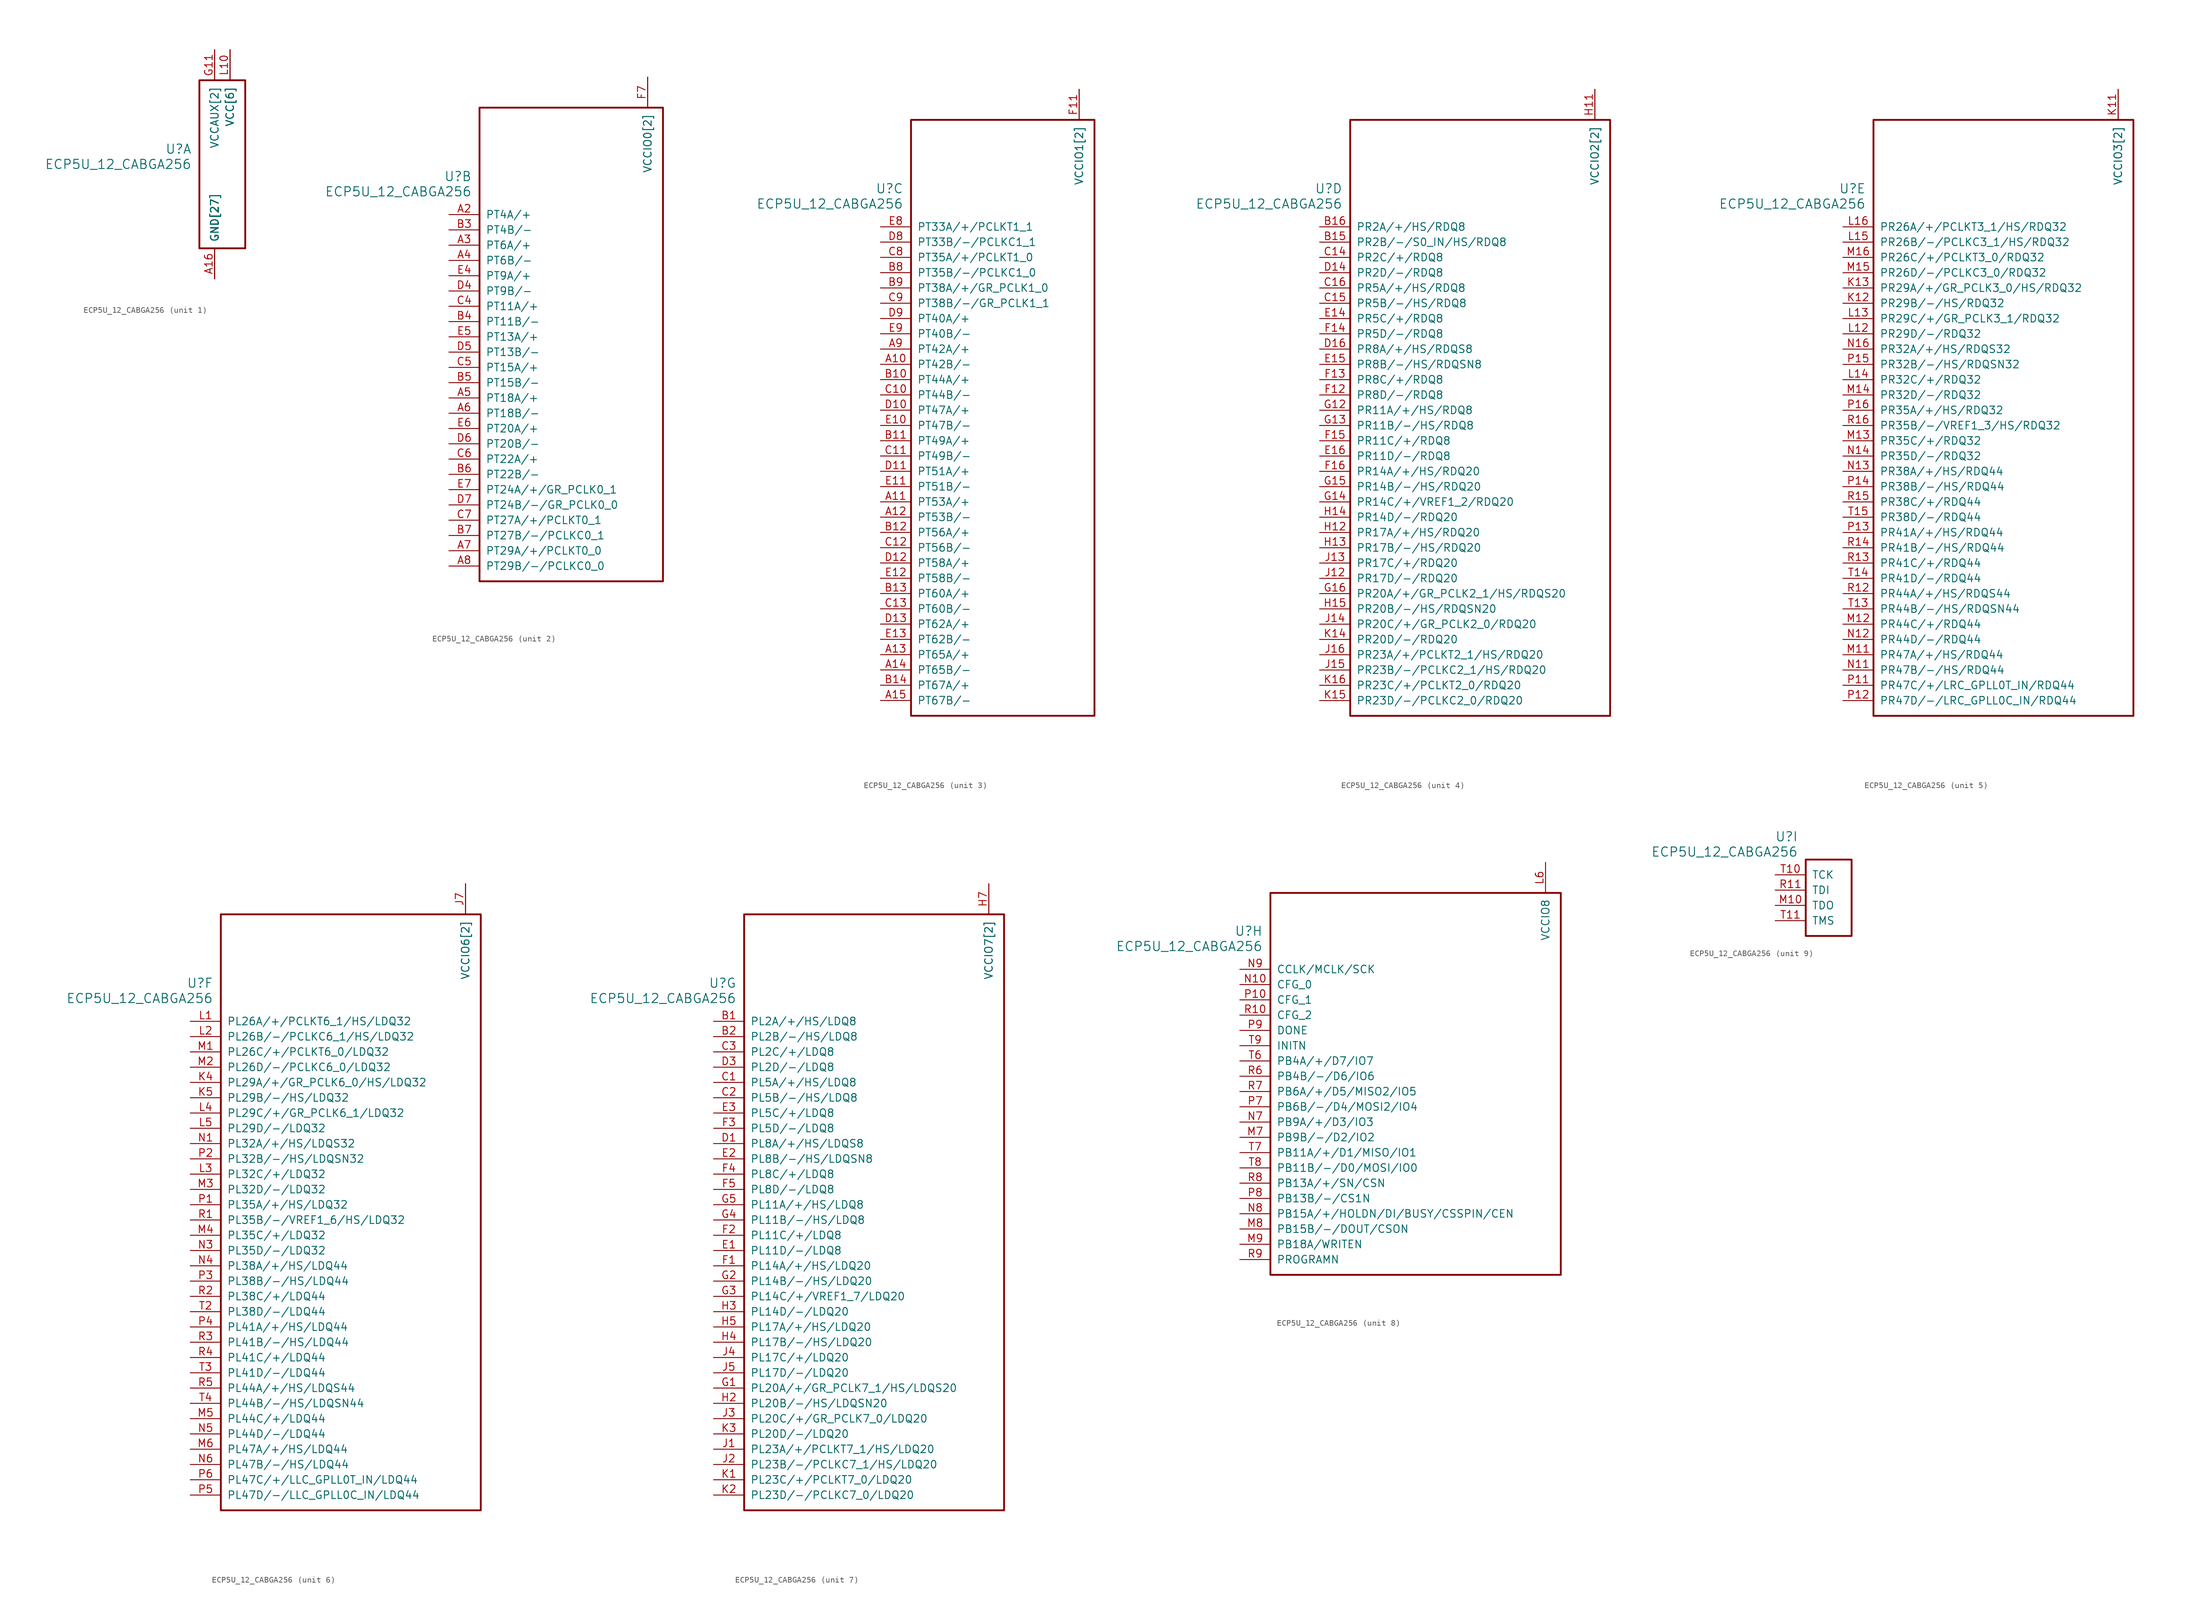
<source format=kicad_sym>
(kicad_symbol_lib
  (version 20211014)
  (generator kicad_symbol_editor)
  (symbol "ECP5U_12_CABGA256"
    (pin_names
      (offset 1.016))
    (property "Reference" "U"
      (at 3.81 6.35 0)
      (effects (font (size 1.524 1.524)) (justify right)))
    (property "Value" "ECP5U_12_CABGA256"
      (at 3.81 3.81 0)
      (effects (font (size 1.524 1.524)) (justify right)))
    (property "ki_locked" ""
      (at 0 0 0)
      (effects (font (size 1.27 1.27))))
    (symbol "ECP5U_12_CABGA256_1_1"
      (rectangle (start 5.08 17.78) (end 12.7 -10.16) (stroke (width 0.305) (type default) (color 0 0 0 0)) (fill (type none)))
      (pin power_in line (at 7.62 -15.24 90) (length 5.08) (name "GND[27]" (effects (font (size 1.27 1.27)))) (number "A1" (effects (font (size 0 0)))))
      (pin power_in line (at 7.62 -15.24 90) (length 5.08) (name "GND[27]" (effects (font (size 1.27 1.27)))) (number "A16" (effects (font (size 1.27 1.27)))))
      (pin power_in line (at 7.62 -15.24 90) (length 5.08) (name "GND[27]" (effects (font (size 1.27 1.27)))) (number "D15" (effects (font (size 0 0)))))
      (pin power_in line (at 7.62 -15.24 90) (length 5.08) (name "GND[27]" (effects (font (size 1.27 1.27)))) (number "D2" (effects (font (size 0 0)))))
      (pin power_in line (at 7.62 -15.24 90) (length 5.08) (name "GND[27]" (effects (font (size 1.27 1.27)))) (number "F8" (effects (font (size 0 0)))))
      (pin power_in line (at 7.62 -15.24 90) (length 5.08) (name "GND[27]" (effects (font (size 1.27 1.27)))) (number "F9" (effects (font (size 0 0)))))
      (pin power_in line (at 7.62 -15.24 90) (length 5.08) (name "GND[27]" (effects (font (size 1.27 1.27)))) (number "G10" (effects (font (size 0 0)))))
      (pin power_in line (at 7.62 22.86 270) (length 5.08) (name "VCCAUX[2]" (effects (font (size 1.27 1.27)))) (number "G11" (effects (font (size 1.27 1.27)))))
      (pin power_in line (at 10.16 22.86 270) (length 5.08) (name "VCC[6]" (effects (font (size 1.27 1.27)))) (number "G6" (effects (font (size 0 0)))))
      (pin power_in line (at 10.16 22.86 270) (length 5.08) (name "VCC[6]" (effects (font (size 1.27 1.27)))) (number "G7" (effects (font (size 0 0)))))
      (pin power_in line (at 7.62 -15.24 90) (length 5.08) (name "GND[27]" (effects (font (size 1.27 1.27)))) (number "G8" (effects (font (size 0 0)))))
      (pin power_in line (at 10.16 22.86 270) (length 5.08) (name "VCC[6]" (effects (font (size 1.27 1.27)))) (number "G9" (effects (font (size 0 0)))))
      (pin power_in line (at 7.62 -15.24 90) (length 5.08) (name "GND[27]" (effects (font (size 1.27 1.27)))) (number "H1" (effects (font (size 0 0)))))
      (pin power_in line (at 7.62 -15.24 90) (length 5.08) (name "GND[27]" (effects (font (size 1.27 1.27)))) (number "H10" (effects (font (size 0 0)))))
      (pin power_in line (at 7.62 -15.24 90) (length 5.08) (name "GND[27]" (effects (font (size 1.27 1.27)))) (number "H16" (effects (font (size 0 0)))))
      (pin power_in line (at 7.62 -15.24 90) (length 5.08) (name "GND[27]" (effects (font (size 1.27 1.27)))) (number "H8" (effects (font (size 0 0)))))
      (pin power_in line (at 7.62 -15.24 90) (length 5.08) (name "GND[27]" (effects (font (size 1.27 1.27)))) (number "H9" (effects (font (size 0 0)))))
      (pin power_in line (at 7.62 -15.24 90) (length 5.08) (name "GND[27]" (effects (font (size 1.27 1.27)))) (number "J10" (effects (font (size 0 0)))))
      (pin power_in line (at 7.62 -15.24 90) (length 5.08) (name "GND[27]" (effects (font (size 1.27 1.27)))) (number "J8" (effects (font (size 0 0)))))
      (pin power_in line (at 7.62 -15.24 90) (length 5.08) (name "GND[27]" (effects (font (size 1.27 1.27)))) (number "J9" (effects (font (size 0 0)))))
      (pin power_in line (at 7.62 -15.24 90) (length 5.08) (name "GND[27]" (effects (font (size 1.27 1.27)))) (number "K10" (effects (font (size 0 0)))))
      (pin power_in line (at 7.62 -15.24 90) (length 5.08) (name "GND[27]" (effects (font (size 1.27 1.27)))) (number "K6" (effects (font (size 0 0)))))
      (pin power_in line (at 7.62 -15.24 90) (length 5.08) (name "GND[27]" (effects (font (size 1.27 1.27)))) (number "K7" (effects (font (size 0 0)))))
      (pin power_in line (at 7.62 -15.24 90) (length 5.08) (name "GND[27]" (effects (font (size 1.27 1.27)))) (number "K8" (effects (font (size 0 0)))))
      (pin power_in line (at 7.62 -15.24 90) (length 5.08) (name "GND[27]" (effects (font (size 1.27 1.27)))) (number "K9" (effects (font (size 0 0)))))
      (pin power_in line (at 10.16 22.86 270) (length 5.08) (name "VCC[6]" (effects (font (size 1.27 1.27)))) (number "L10" (effects (font (size 1.27 1.27)))))
      (pin power_in line (at 7.62 22.86 270) (length 5.08) (name "VCCAUX[2]" (effects (font (size 1.27 1.27)))) (number "L7" (effects (font (size 0 0)))))
      (pin power_in line (at 10.16 22.86 270) (length 5.08) (name "VCC[6]" (effects (font (size 1.27 1.27)))) (number "L8" (effects (font (size 0 0)))))
      (pin power_in line (at 10.16 22.86 270) (length 5.08) (name "VCC[6]" (effects (font (size 1.27 1.27)))) (number "L9" (effects (font (size 0 0)))))
      (pin power_in line (at 7.62 -15.24 90) (length 5.08) (name "GND[27]" (effects (font (size 1.27 1.27)))) (number "N15" (effects (font (size 0 0)))))
      (pin power_in line (at 7.62 -15.24 90) (length 5.08) (name "GND[27]" (effects (font (size 1.27 1.27)))) (number "N2" (effects (font (size 0 0)))))
      (pin power_in line (at 7.62 -15.24 90) (length 5.08) (name "GND[27]" (effects (font (size 1.27 1.27)))) (number "T1" (effects (font (size 0 0)))))
      (pin power_in line (at 7.62 -15.24 90) (length 5.08) (name "GND[27]" (effects (font (size 1.27 1.27)))) (number "T12" (effects (font (size 0 0)))))
      (pin power_in line (at 7.62 -15.24 90) (length 5.08) (name "GND[27]" (effects (font (size 1.27 1.27)))) (number "T16" (effects (font (size 0 0)))))
      (pin power_in line (at 7.62 -15.24 90) (length 5.08) (name "GND[27]" (effects (font (size 1.27 1.27)))) (number "T5" (effects (font (size 0 0))))))
    (symbol "ECP5U_12_CABGA256_2_1"
      (rectangle (start 5.08 17.78) (end 35.56 -60.96) (stroke (width 0.305) (type default) (color 0 0 0 0)) (fill (type none)))
      (pin bidirectional line (at 0 0 0) (length 5.08) (name "PT4A/+" (effects (font (size 1.27 1.27)))) (number "A2" (effects (font (size 1.27 1.27)))))
      (pin bidirectional line (at 0 -5.08 0) (length 5.08) (name "PT6A/+" (effects (font (size 1.27 1.27)))) (number "A3" (effects (font (size 1.27 1.27)))))
      (pin bidirectional line (at 0 -7.62 0) (length 5.08) (name "PT6B/-" (effects (font (size 1.27 1.27)))) (number "A4" (effects (font (size 1.27 1.27)))))
      (pin bidirectional line (at 0 -30.48 0) (length 5.08) (name "PT18A/+" (effects (font (size 1.27 1.27)))) (number "A5" (effects (font (size 1.27 1.27)))))
      (pin bidirectional line (at 0 -33.02 0) (length 5.08) (name "PT18B/-" (effects (font (size 1.27 1.27)))) (number "A6" (effects (font (size 1.27 1.27)))))
      (pin bidirectional line (at 0 -55.88 0) (length 5.08) (name "PT29A/+/PCLKT0_0" (effects (font (size 1.27 1.27)))) (number "A7" (effects (font (size 1.27 1.27)))))
      (pin bidirectional line (at 0 -58.42 0) (length 5.08) (name "PT29B/-/PCLKC0_0" (effects (font (size 1.27 1.27)))) (number "A8" (effects (font (size 1.27 1.27)))))
      (pin bidirectional line (at 0 -2.54 0) (length 5.08) (name "PT4B/-" (effects (font (size 1.27 1.27)))) (number "B3" (effects (font (size 1.27 1.27)))))
      (pin bidirectional line (at 0 -17.78 0) (length 5.08) (name "PT11B/-" (effects (font (size 1.27 1.27)))) (number "B4" (effects (font (size 1.27 1.27)))))
      (pin bidirectional line (at 0 -27.94 0) (length 5.08) (name "PT15B/-" (effects (font (size 1.27 1.27)))) (number "B5" (effects (font (size 1.27 1.27)))))
      (pin bidirectional line (at 0 -43.18 0) (length 5.08) (name "PT22B/-" (effects (font (size 1.27 1.27)))) (number "B6" (effects (font (size 1.27 1.27)))))
      (pin bidirectional line (at 0 -53.34 0) (length 5.08) (name "PT27B/-/PCLKC0_1" (effects (font (size 1.27 1.27)))) (number "B7" (effects (font (size 1.27 1.27)))))
      (pin bidirectional line (at 0 -15.24 0) (length 5.08) (name "PT11A/+" (effects (font (size 1.27 1.27)))) (number "C4" (effects (font (size 1.27 1.27)))))
      (pin bidirectional line (at 0 -25.4 0) (length 5.08) (name "PT15A/+" (effects (font (size 1.27 1.27)))) (number "C5" (effects (font (size 1.27 1.27)))))
      (pin bidirectional line (at 0 -40.64 0) (length 5.08) (name "PT22A/+" (effects (font (size 1.27 1.27)))) (number "C6" (effects (font (size 1.27 1.27)))))
      (pin bidirectional line (at 0 -50.8 0) (length 5.08) (name "PT27A/+/PCLKT0_1" (effects (font (size 1.27 1.27)))) (number "C7" (effects (font (size 1.27 1.27)))))
      (pin bidirectional line (at 0 -12.7 0) (length 5.08) (name "PT9B/-" (effects (font (size 1.27 1.27)))) (number "D4" (effects (font (size 1.27 1.27)))))
      (pin bidirectional line (at 0 -22.86 0) (length 5.08) (name "PT13B/-" (effects (font (size 1.27 1.27)))) (number "D5" (effects (font (size 1.27 1.27)))))
      (pin bidirectional line (at 0 -38.1 0) (length 5.08) (name "PT20B/-" (effects (font (size 1.27 1.27)))) (number "D6" (effects (font (size 1.27 1.27)))))
      (pin bidirectional line (at 0 -48.26 0) (length 5.08) (name "PT24B/-/GR_PCLK0_0" (effects (font (size 1.27 1.27)))) (number "D7" (effects (font (size 1.27 1.27)))))
      (pin bidirectional line (at 0 -10.16 0) (length 5.08) (name "PT9A/+" (effects (font (size 1.27 1.27)))) (number "E4" (effects (font (size 1.27 1.27)))))
      (pin bidirectional line (at 0 -20.32 0) (length 5.08) (name "PT13A/+" (effects (font (size 1.27 1.27)))) (number "E5" (effects (font (size 1.27 1.27)))))
      (pin bidirectional line (at 0 -35.56 0) (length 5.08) (name "PT20A/+" (effects (font (size 1.27 1.27)))) (number "E6" (effects (font (size 1.27 1.27)))))
      (pin bidirectional line (at 0 -45.72 0) (length 5.08) (name "PT24A/+/GR_PCLK0_1" (effects (font (size 1.27 1.27)))) (number "E7" (effects (font (size 1.27 1.27)))))
      (pin power_in line (at 33.02 22.86 270) (length 5.08) (name "VCCIO0[2]" (effects (font (size 1.27 1.27)))) (number "F6" (effects (font (size 0 0)))))
      (pin power_in line (at 33.02 22.86 270) (length 5.08) (name "VCCIO0[2]" (effects (font (size 1.27 1.27)))) (number "F7" (effects (font (size 1.27 1.27))))))
    (symbol "ECP5U_12_CABGA256_3_1"
      (rectangle (start 5.08 17.78) (end 35.56 -81.28) (stroke (width 0.305) (type default) (color 0 0 0 0)) (fill (type none)))
      (pin bidirectional line (at 0 -22.86 0) (length 5.08) (name "PT42B/-" (effects (font (size 1.27 1.27)))) (number "A10" (effects (font (size 1.27 1.27)))))
      (pin bidirectional line (at 0 -45.72 0) (length 5.08) (name "PT53A/+" (effects (font (size 1.27 1.27)))) (number "A11" (effects (font (size 1.27 1.27)))))
      (pin bidirectional line (at 0 -48.26 0) (length 5.08) (name "PT53B/-" (effects (font (size 1.27 1.27)))) (number "A12" (effects (font (size 1.27 1.27)))))
      (pin bidirectional line (at 0 -71.12 0) (length 5.08) (name "PT65A/+" (effects (font (size 1.27 1.27)))) (number "A13" (effects (font (size 1.27 1.27)))))
      (pin bidirectional line (at 0 -73.66 0) (length 5.08) (name "PT65B/-" (effects (font (size 1.27 1.27)))) (number "A14" (effects (font (size 1.27 1.27)))))
      (pin bidirectional line (at 0 -78.74 0) (length 5.08) (name "PT67B/-" (effects (font (size 1.27 1.27)))) (number "A15" (effects (font (size 1.27 1.27)))))
      (pin bidirectional line (at 0 -20.32 0) (length 5.08) (name "PT42A/+" (effects (font (size 1.27 1.27)))) (number "A9" (effects (font (size 1.27 1.27)))))
      (pin bidirectional line (at 0 -25.4 0) (length 5.08) (name "PT44A/+" (effects (font (size 1.27 1.27)))) (number "B10" (effects (font (size 1.27 1.27)))))
      (pin bidirectional line (at 0 -35.56 0) (length 5.08) (name "PT49A/+" (effects (font (size 1.27 1.27)))) (number "B11" (effects (font (size 1.27 1.27)))))
      (pin bidirectional line (at 0 -50.8 0) (length 5.08) (name "PT56A/+" (effects (font (size 1.27 1.27)))) (number "B12" (effects (font (size 1.27 1.27)))))
      (pin bidirectional line (at 0 -60.96 0) (length 5.08) (name "PT60A/+" (effects (font (size 1.27 1.27)))) (number "B13" (effects (font (size 1.27 1.27)))))
      (pin bidirectional line (at 0 -76.2 0) (length 5.08) (name "PT67A/+" (effects (font (size 1.27 1.27)))) (number "B14" (effects (font (size 1.27 1.27)))))
      (pin bidirectional line (at 0 -7.62 0) (length 5.08) (name "PT35B/-/PCLKC1_0" (effects (font (size 1.27 1.27)))) (number "B8" (effects (font (size 1.27 1.27)))))
      (pin bidirectional line (at 0 -10.16 0) (length 5.08) (name "PT38A/+/GR_PCLK1_0" (effects (font (size 1.27 1.27)))) (number "B9" (effects (font (size 1.27 1.27)))))
      (pin bidirectional line (at 0 -27.94 0) (length 5.08) (name "PT44B/-" (effects (font (size 1.27 1.27)))) (number "C10" (effects (font (size 1.27 1.27)))))
      (pin bidirectional line (at 0 -38.1 0) (length 5.08) (name "PT49B/-" (effects (font (size 1.27 1.27)))) (number "C11" (effects (font (size 1.27 1.27)))))
      (pin bidirectional line (at 0 -53.34 0) (length 5.08) (name "PT56B/-" (effects (font (size 1.27 1.27)))) (number "C12" (effects (font (size 1.27 1.27)))))
      (pin bidirectional line (at 0 -63.5 0) (length 5.08) (name "PT60B/-" (effects (font (size 1.27 1.27)))) (number "C13" (effects (font (size 1.27 1.27)))))
      (pin bidirectional line (at 0 -5.08 0) (length 5.08) (name "PT35A/+/PCLKT1_0" (effects (font (size 1.27 1.27)))) (number "C8" (effects (font (size 1.27 1.27)))))
      (pin bidirectional line (at 0 -12.7 0) (length 5.08) (name "PT38B/-/GR_PCLK1_1" (effects (font (size 1.27 1.27)))) (number "C9" (effects (font (size 1.27 1.27)))))
      (pin bidirectional line (at 0 -30.48 0) (length 5.08) (name "PT47A/+" (effects (font (size 1.27 1.27)))) (number "D10" (effects (font (size 1.27 1.27)))))
      (pin bidirectional line (at 0 -40.64 0) (length 5.08) (name "PT51A/+" (effects (font (size 1.27 1.27)))) (number "D11" (effects (font (size 1.27 1.27)))))
      (pin bidirectional line (at 0 -55.88 0) (length 5.08) (name "PT58A/+" (effects (font (size 1.27 1.27)))) (number "D12" (effects (font (size 1.27 1.27)))))
      (pin bidirectional line (at 0 -66.04 0) (length 5.08) (name "PT62A/+" (effects (font (size 1.27 1.27)))) (number "D13" (effects (font (size 1.27 1.27)))))
      (pin bidirectional line (at 0 -2.54 0) (length 5.08) (name "PT33B/-/PCLKC1_1" (effects (font (size 1.27 1.27)))) (number "D8" (effects (font (size 1.27 1.27)))))
      (pin bidirectional line (at 0 -15.24 0) (length 5.08) (name "PT40A/+" (effects (font (size 1.27 1.27)))) (number "D9" (effects (font (size 1.27 1.27)))))
      (pin bidirectional line (at 0 -33.02 0) (length 5.08) (name "PT47B/-" (effects (font (size 1.27 1.27)))) (number "E10" (effects (font (size 1.27 1.27)))))
      (pin bidirectional line (at 0 -43.18 0) (length 5.08) (name "PT51B/-" (effects (font (size 1.27 1.27)))) (number "E11" (effects (font (size 1.27 1.27)))))
      (pin bidirectional line (at 0 -58.42 0) (length 5.08) (name "PT58B/-" (effects (font (size 1.27 1.27)))) (number "E12" (effects (font (size 1.27 1.27)))))
      (pin bidirectional line (at 0 -68.58 0) (length 5.08) (name "PT62B/-" (effects (font (size 1.27 1.27)))) (number "E13" (effects (font (size 1.27 1.27)))))
      (pin bidirectional line (at 0 0 0) (length 5.08) (name "PT33A/+/PCLKT1_1" (effects (font (size 1.27 1.27)))) (number "E8" (effects (font (size 1.27 1.27)))))
      (pin bidirectional line (at 0 -17.78 0) (length 5.08) (name "PT40B/-" (effects (font (size 1.27 1.27)))) (number "E9" (effects (font (size 1.27 1.27)))))
      (pin power_in line (at 33.02 22.86 270) (length 5.08) (name "VCCIO1[2]" (effects (font (size 1.27 1.27)))) (number "F10" (effects (font (size 0 0)))))
      (pin power_in line (at 33.02 22.86 270) (length 5.08) (name "VCCIO1[2]" (effects (font (size 1.27 1.27)))) (number "F11" (effects (font (size 1.27 1.27))))))
    (symbol "ECP5U_12_CABGA256_4_1"
      (rectangle (start 5.08 17.78) (end 48.26 -81.28) (stroke (width 0.305) (type default) (color 0 0 0 0)) (fill (type none)))
      (pin bidirectional line (at 0 -2.54 0) (length 5.08) (name "PR2B/-/S0_IN/HS/RDQ8" (effects (font (size 1.27 1.27)))) (number "B15" (effects (font (size 1.27 1.27)))))
      (pin bidirectional line (at 0 0 0) (length 5.08) (name "PR2A/+/HS/RDQ8" (effects (font (size 1.27 1.27)))) (number "B16" (effects (font (size 1.27 1.27)))))
      (pin bidirectional line (at 0 -5.08 0) (length 5.08) (name "PR2C/+/RDQ8" (effects (font (size 1.27 1.27)))) (number "C14" (effects (font (size 1.27 1.27)))))
      (pin bidirectional line (at 0 -12.7 0) (length 5.08) (name "PR5B/-/HS/RDQ8" (effects (font (size 1.27 1.27)))) (number "C15" (effects (font (size 1.27 1.27)))))
      (pin bidirectional line (at 0 -10.16 0) (length 5.08) (name "PR5A/+/HS/RDQ8" (effects (font (size 1.27 1.27)))) (number "C16" (effects (font (size 1.27 1.27)))))
      (pin bidirectional line (at 0 -7.62 0) (length 5.08) (name "PR2D/-/RDQ8" (effects (font (size 1.27 1.27)))) (number "D14" (effects (font (size 1.27 1.27)))))
      (pin bidirectional line (at 0 -20.32 0) (length 5.08) (name "PR8A/+/HS/RDQS8" (effects (font (size 1.27 1.27)))) (number "D16" (effects (font (size 1.27 1.27)))))
      (pin bidirectional line (at 0 -15.24 0) (length 5.08) (name "PR5C/+/RDQ8" (effects (font (size 1.27 1.27)))) (number "E14" (effects (font (size 1.27 1.27)))))
      (pin bidirectional line (at 0 -22.86 0) (length 5.08) (name "PR8B/-/HS/RDQSN8" (effects (font (size 1.27 1.27)))) (number "E15" (effects (font (size 1.27 1.27)))))
      (pin bidirectional line (at 0 -38.1 0) (length 5.08) (name "PR11D/-/RDQ8" (effects (font (size 1.27 1.27)))) (number "E16" (effects (font (size 1.27 1.27)))))
      (pin bidirectional line (at 0 -27.94 0) (length 5.08) (name "PR8D/-/RDQ8" (effects (font (size 1.27 1.27)))) (number "F12" (effects (font (size 1.27 1.27)))))
      (pin bidirectional line (at 0 -25.4 0) (length 5.08) (name "PR8C/+/RDQ8" (effects (font (size 1.27 1.27)))) (number "F13" (effects (font (size 1.27 1.27)))))
      (pin bidirectional line (at 0 -17.78 0) (length 5.08) (name "PR5D/-/RDQ8" (effects (font (size 1.27 1.27)))) (number "F14" (effects (font (size 1.27 1.27)))))
      (pin bidirectional line (at 0 -35.56 0) (length 5.08) (name "PR11C/+/RDQ8" (effects (font (size 1.27 1.27)))) (number "F15" (effects (font (size 1.27 1.27)))))
      (pin bidirectional line (at 0 -40.64 0) (length 5.08) (name "PR14A/+/HS/RDQ20" (effects (font (size 1.27 1.27)))) (number "F16" (effects (font (size 1.27 1.27)))))
      (pin bidirectional line (at 0 -30.48 0) (length 5.08) (name "PR11A/+/HS/RDQ8" (effects (font (size 1.27 1.27)))) (number "G12" (effects (font (size 1.27 1.27)))))
      (pin bidirectional line (at 0 -33.02 0) (length 5.08) (name "PR11B/-/HS/RDQ8" (effects (font (size 1.27 1.27)))) (number "G13" (effects (font (size 1.27 1.27)))))
      (pin bidirectional line (at 0 -45.72 0) (length 5.08) (name "PR14C/+/VREF1_2/RDQ20" (effects (font (size 1.27 1.27)))) (number "G14" (effects (font (size 1.27 1.27)))))
      (pin bidirectional line (at 0 -43.18 0) (length 5.08) (name "PR14B/-/HS/RDQ20" (effects (font (size 1.27 1.27)))) (number "G15" (effects (font (size 1.27 1.27)))))
      (pin bidirectional line (at 0 -60.96 0) (length 5.08) (name "PR20A/+/GR_PCLK2_1/HS/RDQS20" (effects (font (size 1.27 1.27)))) (number "G16" (effects (font (size 1.27 1.27)))))
      (pin power_in line (at 45.72 22.86 270) (length 5.08) (name "VCCIO2[2]" (effects (font (size 1.27 1.27)))) (number "H11" (effects (font (size 1.27 1.27)))))
      (pin bidirectional line (at 0 -50.8 0) (length 5.08) (name "PR17A/+/HS/RDQ20" (effects (font (size 1.27 1.27)))) (number "H12" (effects (font (size 1.27 1.27)))))
      (pin bidirectional line (at 0 -53.34 0) (length 5.08) (name "PR17B/-/HS/RDQ20" (effects (font (size 1.27 1.27)))) (number "H13" (effects (font (size 1.27 1.27)))))
      (pin bidirectional line (at 0 -48.26 0) (length 5.08) (name "PR14D/-/RDQ20" (effects (font (size 1.27 1.27)))) (number "H14" (effects (font (size 1.27 1.27)))))
      (pin bidirectional line (at 0 -63.5 0) (length 5.08) (name "PR20B/-/HS/RDQSN20" (effects (font (size 1.27 1.27)))) (number "H15" (effects (font (size 1.27 1.27)))))
      (pin power_in line (at 45.72 22.86 270) (length 5.08) (name "VCCIO2[2]" (effects (font (size 1.27 1.27)))) (number "J11" (effects (font (size 0 0)))))
      (pin bidirectional line (at 0 -58.42 0) (length 5.08) (name "PR17D/-/RDQ20" (effects (font (size 1.27 1.27)))) (number "J12" (effects (font (size 1.27 1.27)))))
      (pin bidirectional line (at 0 -55.88 0) (length 5.08) (name "PR17C/+/RDQ20" (effects (font (size 1.27 1.27)))) (number "J13" (effects (font (size 1.27 1.27)))))
      (pin bidirectional line (at 0 -66.04 0) (length 5.08) (name "PR20C/+/GR_PCLK2_0/RDQ20" (effects (font (size 1.27 1.27)))) (number "J14" (effects (font (size 1.27 1.27)))))
      (pin bidirectional line (at 0 -73.66 0) (length 5.08) (name "PR23B/-/PCLKC2_1/HS/RDQ20" (effects (font (size 1.27 1.27)))) (number "J15" (effects (font (size 1.27 1.27)))))
      (pin bidirectional line (at 0 -71.12 0) (length 5.08) (name "PR23A/+/PCLKT2_1/HS/RDQ20" (effects (font (size 1.27 1.27)))) (number "J16" (effects (font (size 1.27 1.27)))))
      (pin bidirectional line (at 0 -68.58 0) (length 5.08) (name "PR20D/-/RDQ20" (effects (font (size 1.27 1.27)))) (number "K14" (effects (font (size 1.27 1.27)))))
      (pin bidirectional line (at 0 -78.74 0) (length 5.08) (name "PR23D/-/PCLKC2_0/RDQ20" (effects (font (size 1.27 1.27)))) (number "K15" (effects (font (size 1.27 1.27)))))
      (pin bidirectional line (at 0 -76.2 0) (length 5.08) (name "PR23C/+/PCLKT2_0/RDQ20" (effects (font (size 1.27 1.27)))) (number "K16" (effects (font (size 1.27 1.27))))))
    (symbol "ECP5U_12_CABGA256_5_1"
      (rectangle (start 5.08 17.78) (end 48.26 -81.28) (stroke (width 0.305) (type default) (color 0 0 0 0)) (fill (type none)))
      (pin power_in line (at 45.72 22.86 270) (length 5.08) (name "VCCIO3[2]" (effects (font (size 1.27 1.27)))) (number "K11" (effects (font (size 1.27 1.27)))))
      (pin bidirectional line (at 0 -12.7 0) (length 5.08) (name "PR29B/-/HS/RDQ32" (effects (font (size 1.27 1.27)))) (number "K12" (effects (font (size 1.27 1.27)))))
      (pin bidirectional line (at 0 -10.16 0) (length 5.08) (name "PR29A/+/GR_PCLK3_0/HS/RDQ32" (effects (font (size 1.27 1.27)))) (number "K13" (effects (font (size 1.27 1.27)))))
      (pin power_in line (at 45.72 22.86 270) (length 5.08) (name "VCCIO3[2]" (effects (font (size 1.27 1.27)))) (number "L11" (effects (font (size 0 0)))))
      (pin bidirectional line (at 0 -17.78 0) (length 5.08) (name "PR29D/-/RDQ32" (effects (font (size 1.27 1.27)))) (number "L12" (effects (font (size 1.27 1.27)))))
      (pin bidirectional line (at 0 -15.24 0) (length 5.08) (name "PR29C/+/GR_PCLK3_1/RDQ32" (effects (font (size 1.27 1.27)))) (number "L13" (effects (font (size 1.27 1.27)))))
      (pin bidirectional line (at 0 -25.4 0) (length 5.08) (name "PR32C/+/RDQ32" (effects (font (size 1.27 1.27)))) (number "L14" (effects (font (size 1.27 1.27)))))
      (pin bidirectional line (at 0 -2.54 0) (length 5.08) (name "PR26B/-/PCLKC3_1/HS/RDQ32" (effects (font (size 1.27 1.27)))) (number "L15" (effects (font (size 1.27 1.27)))))
      (pin bidirectional line (at 0 0 0) (length 5.08) (name "PR26A/+/PCLKT3_1/HS/RDQ32" (effects (font (size 1.27 1.27)))) (number "L16" (effects (font (size 1.27 1.27)))))
      (pin bidirectional line (at 0 -71.12 0) (length 5.08) (name "PR47A/+/HS/RDQ44" (effects (font (size 1.27 1.27)))) (number "M11" (effects (font (size 1.27 1.27)))))
      (pin bidirectional line (at 0 -66.04 0) (length 5.08) (name "PR44C/+/RDQ44" (effects (font (size 1.27 1.27)))) (number "M12" (effects (font (size 1.27 1.27)))))
      (pin bidirectional line (at 0 -35.56 0) (length 5.08) (name "PR35C/+/RDQ32" (effects (font (size 1.27 1.27)))) (number "M13" (effects (font (size 1.27 1.27)))))
      (pin bidirectional line (at 0 -27.94 0) (length 5.08) (name "PR32D/-/RDQ32" (effects (font (size 1.27 1.27)))) (number "M14" (effects (font (size 1.27 1.27)))))
      (pin bidirectional line (at 0 -7.62 0) (length 5.08) (name "PR26D/-/PCLKC3_0/RDQ32" (effects (font (size 1.27 1.27)))) (number "M15" (effects (font (size 1.27 1.27)))))
      (pin bidirectional line (at 0 -5.08 0) (length 5.08) (name "PR26C/+/PCLKT3_0/RDQ32" (effects (font (size 1.27 1.27)))) (number "M16" (effects (font (size 1.27 1.27)))))
      (pin bidirectional line (at 0 -73.66 0) (length 5.08) (name "PR47B/-/HS/RDQ44" (effects (font (size 1.27 1.27)))) (number "N11" (effects (font (size 1.27 1.27)))))
      (pin bidirectional line (at 0 -68.58 0) (length 5.08) (name "PR44D/-/RDQ44" (effects (font (size 1.27 1.27)))) (number "N12" (effects (font (size 1.27 1.27)))))
      (pin bidirectional line (at 0 -40.64 0) (length 5.08) (name "PR38A/+/HS/RDQ44" (effects (font (size 1.27 1.27)))) (number "N13" (effects (font (size 1.27 1.27)))))
      (pin bidirectional line (at 0 -38.1 0) (length 5.08) (name "PR35D/-/RDQ32" (effects (font (size 1.27 1.27)))) (number "N14" (effects (font (size 1.27 1.27)))))
      (pin bidirectional line (at 0 -20.32 0) (length 5.08) (name "PR32A/+/HS/RDQS32" (effects (font (size 1.27 1.27)))) (number "N16" (effects (font (size 1.27 1.27)))))
      (pin bidirectional line (at 0 -76.2 0) (length 5.08) (name "PR47C/+/LRC_GPLL0T_IN/RDQ44" (effects (font (size 1.27 1.27)))) (number "P11" (effects (font (size 1.27 1.27)))))
      (pin bidirectional line (at 0 -78.74 0) (length 5.08) (name "PR47D/-/LRC_GPLL0C_IN/RDQ44" (effects (font (size 1.27 1.27)))) (number "P12" (effects (font (size 1.27 1.27)))))
      (pin bidirectional line (at 0 -50.8 0) (length 5.08) (name "PR41A/+/HS/RDQ44" (effects (font (size 1.27 1.27)))) (number "P13" (effects (font (size 1.27 1.27)))))
      (pin bidirectional line (at 0 -43.18 0) (length 5.08) (name "PR38B/-/HS/RDQ44" (effects (font (size 1.27 1.27)))) (number "P14" (effects (font (size 1.27 1.27)))))
      (pin bidirectional line (at 0 -22.86 0) (length 5.08) (name "PR32B/-/HS/RDQSN32" (effects (font (size 1.27 1.27)))) (number "P15" (effects (font (size 1.27 1.27)))))
      (pin bidirectional line (at 0 -30.48 0) (length 5.08) (name "PR35A/+/HS/RDQ32" (effects (font (size 1.27 1.27)))) (number "P16" (effects (font (size 1.27 1.27)))))
      (pin bidirectional line (at 0 -60.96 0) (length 5.08) (name "PR44A/+/HS/RDQS44" (effects (font (size 1.27 1.27)))) (number "R12" (effects (font (size 1.27 1.27)))))
      (pin bidirectional line (at 0 -55.88 0) (length 5.08) (name "PR41C/+/RDQ44" (effects (font (size 1.27 1.27)))) (number "R13" (effects (font (size 1.27 1.27)))))
      (pin bidirectional line (at 0 -53.34 0) (length 5.08) (name "PR41B/-/HS/RDQ44" (effects (font (size 1.27 1.27)))) (number "R14" (effects (font (size 1.27 1.27)))))
      (pin bidirectional line (at 0 -45.72 0) (length 5.08) (name "PR38C/+/RDQ44" (effects (font (size 1.27 1.27)))) (number "R15" (effects (font (size 1.27 1.27)))))
      (pin bidirectional line (at 0 -33.02 0) (length 5.08) (name "PR35B/-/VREF1_3/HS/RDQ32" (effects (font (size 1.27 1.27)))) (number "R16" (effects (font (size 1.27 1.27)))))
      (pin bidirectional line (at 0 -63.5 0) (length 5.08) (name "PR44B/-/HS/RDQSN44" (effects (font (size 1.27 1.27)))) (number "T13" (effects (font (size 1.27 1.27)))))
      (pin bidirectional line (at 0 -58.42 0) (length 5.08) (name "PR41D/-/RDQ44" (effects (font (size 1.27 1.27)))) (number "T14" (effects (font (size 1.27 1.27)))))
      (pin bidirectional line (at 0 -48.26 0) (length 5.08) (name "PR38D/-/RDQ44" (effects (font (size 1.27 1.27)))) (number "T15" (effects (font (size 1.27 1.27))))))
    (symbol "ECP5U_12_CABGA256_6_1"
      (rectangle (start 5.08 17.78) (end 48.26 -81.28) (stroke (width 0.305) (type default) (color 0 0 0 0)) (fill (type none)))
      (pin power_in line (at 45.72 22.86 270) (length 5.08) (name "VCCIO6[2]" (effects (font (size 1.27 1.27)))) (number "J6" (effects (font (size 0 0)))))
      (pin power_in line (at 45.72 22.86 270) (length 5.08) (name "VCCIO6[2]" (effects (font (size 1.27 1.27)))) (number "J7" (effects (font (size 1.27 1.27)))))
      (pin bidirectional line (at 0 -10.16 0) (length 5.08) (name "PL29A/+/GR_PCLK6_0/HS/LDQ32" (effects (font (size 1.27 1.27)))) (number "K4" (effects (font (size 1.27 1.27)))))
      (pin bidirectional line (at 0 -12.7 0) (length 5.08) (name "PL29B/-/HS/LDQ32" (effects (font (size 1.27 1.27)))) (number "K5" (effects (font (size 1.27 1.27)))))
      (pin bidirectional line (at 0 0 0) (length 5.08) (name "PL26A/+/PCLKT6_1/HS/LDQ32" (effects (font (size 1.27 1.27)))) (number "L1" (effects (font (size 1.27 1.27)))))
      (pin bidirectional line (at 0 -2.54 0) (length 5.08) (name "PL26B/-/PCLKC6_1/HS/LDQ32" (effects (font (size 1.27 1.27)))) (number "L2" (effects (font (size 1.27 1.27)))))
      (pin bidirectional line (at 0 -25.4 0) (length 5.08) (name "PL32C/+/LDQ32" (effects (font (size 1.27 1.27)))) (number "L3" (effects (font (size 1.27 1.27)))))
      (pin bidirectional line (at 0 -15.24 0) (length 5.08) (name "PL29C/+/GR_PCLK6_1/LDQ32" (effects (font (size 1.27 1.27)))) (number "L4" (effects (font (size 1.27 1.27)))))
      (pin bidirectional line (at 0 -17.78 0) (length 5.08) (name "PL29D/-/LDQ32" (effects (font (size 1.27 1.27)))) (number "L5" (effects (font (size 1.27 1.27)))))
      (pin bidirectional line (at 0 -5.08 0) (length 5.08) (name "PL26C/+/PCLKT6_0/LDQ32" (effects (font (size 1.27 1.27)))) (number "M1" (effects (font (size 1.27 1.27)))))
      (pin bidirectional line (at 0 -7.62 0) (length 5.08) (name "PL26D/-/PCLKC6_0/LDQ32" (effects (font (size 1.27 1.27)))) (number "M2" (effects (font (size 1.27 1.27)))))
      (pin bidirectional line (at 0 -27.94 0) (length 5.08) (name "PL32D/-/LDQ32" (effects (font (size 1.27 1.27)))) (number "M3" (effects (font (size 1.27 1.27)))))
      (pin bidirectional line (at 0 -35.56 0) (length 5.08) (name "PL35C/+/LDQ32" (effects (font (size 1.27 1.27)))) (number "M4" (effects (font (size 1.27 1.27)))))
      (pin bidirectional line (at 0 -66.04 0) (length 5.08) (name "PL44C/+/LDQ44" (effects (font (size 1.27 1.27)))) (number "M5" (effects (font (size 1.27 1.27)))))
      (pin bidirectional line (at 0 -71.12 0) (length 5.08) (name "PL47A/+/HS/LDQ44" (effects (font (size 1.27 1.27)))) (number "M6" (effects (font (size 1.27 1.27)))))
      (pin bidirectional line (at 0 -20.32 0) (length 5.08) (name "PL32A/+/HS/LDQS32" (effects (font (size 1.27 1.27)))) (number "N1" (effects (font (size 1.27 1.27)))))
      (pin bidirectional line (at 0 -38.1 0) (length 5.08) (name "PL35D/-/LDQ32" (effects (font (size 1.27 1.27)))) (number "N3" (effects (font (size 1.27 1.27)))))
      (pin bidirectional line (at 0 -40.64 0) (length 5.08) (name "PL38A/+/HS/LDQ44" (effects (font (size 1.27 1.27)))) (number "N4" (effects (font (size 1.27 1.27)))))
      (pin bidirectional line (at 0 -68.58 0) (length 5.08) (name "PL44D/-/LDQ44" (effects (font (size 1.27 1.27)))) (number "N5" (effects (font (size 1.27 1.27)))))
      (pin bidirectional line (at 0 -73.66 0) (length 5.08) (name "PL47B/-/HS/LDQ44" (effects (font (size 1.27 1.27)))) (number "N6" (effects (font (size 1.27 1.27)))))
      (pin bidirectional line (at 0 -30.48 0) (length 5.08) (name "PL35A/+/HS/LDQ32" (effects (font (size 1.27 1.27)))) (number "P1" (effects (font (size 1.27 1.27)))))
      (pin bidirectional line (at 0 -22.86 0) (length 5.08) (name "PL32B/-/HS/LDQSN32" (effects (font (size 1.27 1.27)))) (number "P2" (effects (font (size 1.27 1.27)))))
      (pin bidirectional line (at 0 -43.18 0) (length 5.08) (name "PL38B/-/HS/LDQ44" (effects (font (size 1.27 1.27)))) (number "P3" (effects (font (size 1.27 1.27)))))
      (pin bidirectional line (at 0 -50.8 0) (length 5.08) (name "PL41A/+/HS/LDQ44" (effects (font (size 1.27 1.27)))) (number "P4" (effects (font (size 1.27 1.27)))))
      (pin bidirectional line (at 0 -78.74 0) (length 5.08) (name "PL47D/-/LLC_GPLL0C_IN/LDQ44" (effects (font (size 1.27 1.27)))) (number "P5" (effects (font (size 1.27 1.27)))))
      (pin bidirectional line (at 0 -76.2 0) (length 5.08) (name "PL47C/+/LLC_GPLL0T_IN/LDQ44" (effects (font (size 1.27 1.27)))) (number "P6" (effects (font (size 1.27 1.27)))))
      (pin bidirectional line (at 0 -33.02 0) (length 5.08) (name "PL35B/-/VREF1_6/HS/LDQ32" (effects (font (size 1.27 1.27)))) (number "R1" (effects (font (size 1.27 1.27)))))
      (pin bidirectional line (at 0 -45.72 0) (length 5.08) (name "PL38C/+/LDQ44" (effects (font (size 1.27 1.27)))) (number "R2" (effects (font (size 1.27 1.27)))))
      (pin bidirectional line (at 0 -53.34 0) (length 5.08) (name "PL41B/-/HS/LDQ44" (effects (font (size 1.27 1.27)))) (number "R3" (effects (font (size 1.27 1.27)))))
      (pin bidirectional line (at 0 -55.88 0) (length 5.08) (name "PL41C/+/LDQ44" (effects (font (size 1.27 1.27)))) (number "R4" (effects (font (size 1.27 1.27)))))
      (pin bidirectional line (at 0 -60.96 0) (length 5.08) (name "PL44A/+/HS/LDQS44" (effects (font (size 1.27 1.27)))) (number "R5" (effects (font (size 1.27 1.27)))))
      (pin bidirectional line (at 0 -48.26 0) (length 5.08) (name "PL38D/-/LDQ44" (effects (font (size 1.27 1.27)))) (number "T2" (effects (font (size 1.27 1.27)))))
      (pin bidirectional line (at 0 -58.42 0) (length 5.08) (name "PL41D/-/LDQ44" (effects (font (size 1.27 1.27)))) (number "T3" (effects (font (size 1.27 1.27)))))
      (pin bidirectional line (at 0 -63.5 0) (length 5.08) (name "PL44B/-/HS/LDQSN44" (effects (font (size 1.27 1.27)))) (number "T4" (effects (font (size 1.27 1.27))))))
    (symbol "ECP5U_12_CABGA256_7_1"
      (rectangle (start 5.08 17.78) (end 48.26 -81.28) (stroke (width 0.305) (type default) (color 0 0 0 0)) (fill (type none)))
      (pin bidirectional line (at 0 0 0) (length 5.08) (name "PL2A/+/HS/LDQ8" (effects (font (size 1.27 1.27)))) (number "B1" (effects (font (size 1.27 1.27)))))
      (pin bidirectional line (at 0 -2.54 0) (length 5.08) (name "PL2B/-/HS/LDQ8" (effects (font (size 1.27 1.27)))) (number "B2" (effects (font (size 1.27 1.27)))))
      (pin bidirectional line (at 0 -10.16 0) (length 5.08) (name "PL5A/+/HS/LDQ8" (effects (font (size 1.27 1.27)))) (number "C1" (effects (font (size 1.27 1.27)))))
      (pin bidirectional line (at 0 -12.7 0) (length 5.08) (name "PL5B/-/HS/LDQ8" (effects (font (size 1.27 1.27)))) (number "C2" (effects (font (size 1.27 1.27)))))
      (pin bidirectional line (at 0 -5.08 0) (length 5.08) (name "PL2C/+/LDQ8" (effects (font (size 1.27 1.27)))) (number "C3" (effects (font (size 1.27 1.27)))))
      (pin bidirectional line (at 0 -20.32 0) (length 5.08) (name "PL8A/+/HS/LDQS8" (effects (font (size 1.27 1.27)))) (number "D1" (effects (font (size 1.27 1.27)))))
      (pin bidirectional line (at 0 -7.62 0) (length 5.08) (name "PL2D/-/LDQ8" (effects (font (size 1.27 1.27)))) (number "D3" (effects (font (size 1.27 1.27)))))
      (pin bidirectional line (at 0 -38.1 0) (length 5.08) (name "PL11D/-/LDQ8" (effects (font (size 1.27 1.27)))) (number "E1" (effects (font (size 1.27 1.27)))))
      (pin bidirectional line (at 0 -22.86 0) (length 5.08) (name "PL8B/-/HS/LDQSN8" (effects (font (size 1.27 1.27)))) (number "E2" (effects (font (size 1.27 1.27)))))
      (pin bidirectional line (at 0 -15.24 0) (length 5.08) (name "PL5C/+/LDQ8" (effects (font (size 1.27 1.27)))) (number "E3" (effects (font (size 1.27 1.27)))))
      (pin bidirectional line (at 0 -40.64 0) (length 5.08) (name "PL14A/+/HS/LDQ20" (effects (font (size 1.27 1.27)))) (number "F1" (effects (font (size 1.27 1.27)))))
      (pin bidirectional line (at 0 -35.56 0) (length 5.08) (name "PL11C/+/LDQ8" (effects (font (size 1.27 1.27)))) (number "F2" (effects (font (size 1.27 1.27)))))
      (pin bidirectional line (at 0 -17.78 0) (length 5.08) (name "PL5D/-/LDQ8" (effects (font (size 1.27 1.27)))) (number "F3" (effects (font (size 1.27 1.27)))))
      (pin bidirectional line (at 0 -25.4 0) (length 5.08) (name "PL8C/+/LDQ8" (effects (font (size 1.27 1.27)))) (number "F4" (effects (font (size 1.27 1.27)))))
      (pin bidirectional line (at 0 -27.94 0) (length 5.08) (name "PL8D/-/LDQ8" (effects (font (size 1.27 1.27)))) (number "F5" (effects (font (size 1.27 1.27)))))
      (pin bidirectional line (at 0 -60.96 0) (length 5.08) (name "PL20A/+/GR_PCLK7_1/HS/LDQS20" (effects (font (size 1.27 1.27)))) (number "G1" (effects (font (size 1.27 1.27)))))
      (pin bidirectional line (at 0 -43.18 0) (length 5.08) (name "PL14B/-/HS/LDQ20" (effects (font (size 1.27 1.27)))) (number "G2" (effects (font (size 1.27 1.27)))))
      (pin bidirectional line (at 0 -45.72 0) (length 5.08) (name "PL14C/+/VREF1_7/LDQ20" (effects (font (size 1.27 1.27)))) (number "G3" (effects (font (size 1.27 1.27)))))
      (pin bidirectional line (at 0 -33.02 0) (length 5.08) (name "PL11B/-/HS/LDQ8" (effects (font (size 1.27 1.27)))) (number "G4" (effects (font (size 1.27 1.27)))))
      (pin bidirectional line (at 0 -30.48 0) (length 5.08) (name "PL11A/+/HS/LDQ8" (effects (font (size 1.27 1.27)))) (number "G5" (effects (font (size 1.27 1.27)))))
      (pin bidirectional line (at 0 -63.5 0) (length 5.08) (name "PL20B/-/HS/LDQSN20" (effects (font (size 1.27 1.27)))) (number "H2" (effects (font (size 1.27 1.27)))))
      (pin bidirectional line (at 0 -48.26 0) (length 5.08) (name "PL14D/-/LDQ20" (effects (font (size 1.27 1.27)))) (number "H3" (effects (font (size 1.27 1.27)))))
      (pin bidirectional line (at 0 -53.34 0) (length 5.08) (name "PL17B/-/HS/LDQ20" (effects (font (size 1.27 1.27)))) (number "H4" (effects (font (size 1.27 1.27)))))
      (pin bidirectional line (at 0 -50.8 0) (length 5.08) (name "PL17A/+/HS/LDQ20" (effects (font (size 1.27 1.27)))) (number "H5" (effects (font (size 1.27 1.27)))))
      (pin power_in line (at 45.72 22.86 270) (length 5.08) (name "VCCIO7[2]" (effects (font (size 1.27 1.27)))) (number "H6" (effects (font (size 0 0)))))
      (pin power_in line (at 45.72 22.86 270) (length 5.08) (name "VCCIO7[2]" (effects (font (size 1.27 1.27)))) (number "H7" (effects (font (size 1.27 1.27)))))
      (pin bidirectional line (at 0 -71.12 0) (length 5.08) (name "PL23A/+/PCLKT7_1/HS/LDQ20" (effects (font (size 1.27 1.27)))) (number "J1" (effects (font (size 1.27 1.27)))))
      (pin bidirectional line (at 0 -73.66 0) (length 5.08) (name "PL23B/-/PCLKC7_1/HS/LDQ20" (effects (font (size 1.27 1.27)))) (number "J2" (effects (font (size 1.27 1.27)))))
      (pin bidirectional line (at 0 -66.04 0) (length 5.08) (name "PL20C/+/GR_PCLK7_0/LDQ20" (effects (font (size 1.27 1.27)))) (number "J3" (effects (font (size 1.27 1.27)))))
      (pin bidirectional line (at 0 -55.88 0) (length 5.08) (name "PL17C/+/LDQ20" (effects (font (size 1.27 1.27)))) (number "J4" (effects (font (size 1.27 1.27)))))
      (pin bidirectional line (at 0 -58.42 0) (length 5.08) (name "PL17D/-/LDQ20" (effects (font (size 1.27 1.27)))) (number "J5" (effects (font (size 1.27 1.27)))))
      (pin bidirectional line (at 0 -76.2 0) (length 5.08) (name "PL23C/+/PCLKT7_0/LDQ20" (effects (font (size 1.27 1.27)))) (number "K1" (effects (font (size 1.27 1.27)))))
      (pin bidirectional line (at 0 -78.74 0) (length 5.08) (name "PL23D/-/PCLKC7_0/LDQ20" (effects (font (size 1.27 1.27)))) (number "K2" (effects (font (size 1.27 1.27)))))
      (pin bidirectional line (at 0 -68.58 0) (length 5.08) (name "PL20D/-/LDQ20" (effects (font (size 1.27 1.27)))) (number "K3" (effects (font (size 1.27 1.27))))))
    (symbol "ECP5U_12_CABGA256_8_1"
      (rectangle (start 5.08 12.7) (end 53.34 -50.8) (stroke (width 0.305) (type default) (color 0 0 0 0)) (fill (type none)))
      (pin power_in line (at 50.8 17.78 270) (length 5.08) (name "VCCIO8" (effects (font (size 1.27 1.27)))) (number "L6" (effects (font (size 1.27 1.27)))))
      (pin bidirectional line (at 0 -27.94 0) (length 5.08) (name "PB9B/-/D2/IO2" (effects (font (size 1.27 1.27)))) (number "M7" (effects (font (size 1.27 1.27)))))
      (pin bidirectional line (at 0 -43.18 0) (length 5.08) (name "PB15B/-/DOUT/CSON" (effects (font (size 1.27 1.27)))) (number "M8" (effects (font (size 1.27 1.27)))))
      (pin bidirectional line (at 0 -45.72 0) (length 5.08) (name "PB18A/WRITEN" (effects (font (size 1.27 1.27)))) (number "M9" (effects (font (size 1.27 1.27)))))
      (pin bidirectional line (at 0 -2.54 0) (length 5.08) (name "CFG_0" (effects (font (size 1.27 1.27)))) (number "N10" (effects (font (size 1.27 1.27)))))
      (pin bidirectional line (at 0 -25.4 0) (length 5.08) (name "PB9A/+/D3/IO3" (effects (font (size 1.27 1.27)))) (number "N7" (effects (font (size 1.27 1.27)))))
      (pin bidirectional line (at 0 -40.64 0) (length 5.08) (name "PB15A/+/HOLDN/DI/BUSY/CSSPIN/CEN" (effects (font (size 1.27 1.27)))) (number "N8" (effects (font (size 1.27 1.27)))))
      (pin bidirectional line (at 0 0 0) (length 5.08) (name "CCLK/MCLK/SCK" (effects (font (size 1.27 1.27)))) (number "N9" (effects (font (size 1.27 1.27)))))
      (pin bidirectional line (at 0 -5.08 0) (length 5.08) (name "CFG_1" (effects (font (size 1.27 1.27)))) (number "P10" (effects (font (size 1.27 1.27)))))
      (pin bidirectional line (at 0 -22.86 0) (length 5.08) (name "PB6B/-/D4/MOSI2/IO4" (effects (font (size 1.27 1.27)))) (number "P7" (effects (font (size 1.27 1.27)))))
      (pin bidirectional line (at 0 -38.1 0) (length 5.08) (name "PB13B/-/CS1N" (effects (font (size 1.27 1.27)))) (number "P8" (effects (font (size 1.27 1.27)))))
      (pin bidirectional line (at 0 -10.16 0) (length 5.08) (name "DONE" (effects (font (size 1.27 1.27)))) (number "P9" (effects (font (size 1.27 1.27)))))
      (pin bidirectional line (at 0 -7.62 0) (length 5.08) (name "CFG_2" (effects (font (size 1.27 1.27)))) (number "R10" (effects (font (size 1.27 1.27)))))
      (pin bidirectional line (at 0 -17.78 0) (length 5.08) (name "PB4B/-/D6/IO6" (effects (font (size 1.27 1.27)))) (number "R6" (effects (font (size 1.27 1.27)))))
      (pin bidirectional line (at 0 -20.32 0) (length 5.08) (name "PB6A/+/D5/MISO2/IO5" (effects (font (size 1.27 1.27)))) (number "R7" (effects (font (size 1.27 1.27)))))
      (pin bidirectional line (at 0 -35.56 0) (length 5.08) (name "PB13A/+/SN/CSN" (effects (font (size 1.27 1.27)))) (number "R8" (effects (font (size 1.27 1.27)))))
      (pin bidirectional line (at 0 -48.26 0) (length 5.08) (name "PROGRAMN" (effects (font (size 1.27 1.27)))) (number "R9" (effects (font (size 1.27 1.27)))))
      (pin bidirectional line (at 0 -15.24 0) (length 5.08) (name "PB4A/+/D7/IO7" (effects (font (size 1.27 1.27)))) (number "T6" (effects (font (size 1.27 1.27)))))
      (pin bidirectional line (at 0 -30.48 0) (length 5.08) (name "PB11A/+/D1/MISO/IO1" (effects (font (size 1.27 1.27)))) (number "T7" (effects (font (size 1.27 1.27)))))
      (pin bidirectional line (at 0 -33.02 0) (length 5.08) (name "PB11B/-/D0/MOSI/IO0" (effects (font (size 1.27 1.27)))) (number "T8" (effects (font (size 1.27 1.27)))))
      (pin bidirectional line (at 0 -12.7 0) (length 5.08) (name "INITN" (effects (font (size 1.27 1.27)))) (number "T9" (effects (font (size 1.27 1.27))))))
    (symbol "ECP5U_12_CABGA256_9_1"
      (rectangle (start 5.08 2.54) (end 12.7 -10.16) (stroke (width 0.305) (type default) (color 0 0 0 0)) (fill (type none)))
      (pin bidirectional line (at 0 -5.08 0) (length 5.08) (name "TDO" (effects (font (size 1.27 1.27)))) (number "M10" (effects (font (size 1.27 1.27)))))
      (pin bidirectional line (at 0 -2.54 0) (length 5.08) (name "TDI" (effects (font (size 1.27 1.27)))) (number "R11" (effects (font (size 1.27 1.27)))))
      (pin bidirectional line (at 0 0 0) (length 5.08) (name "TCK" (effects (font (size 1.27 1.27)))) (number "T10" (effects (font (size 1.27 1.27)))))
      (pin bidirectional line (at 0 -7.62 0) (length 5.08) (name "TMS" (effects (font (size 1.27 1.27)))) (number "T11" (effects (font (size 1.27 1.27))))))))
</source>
